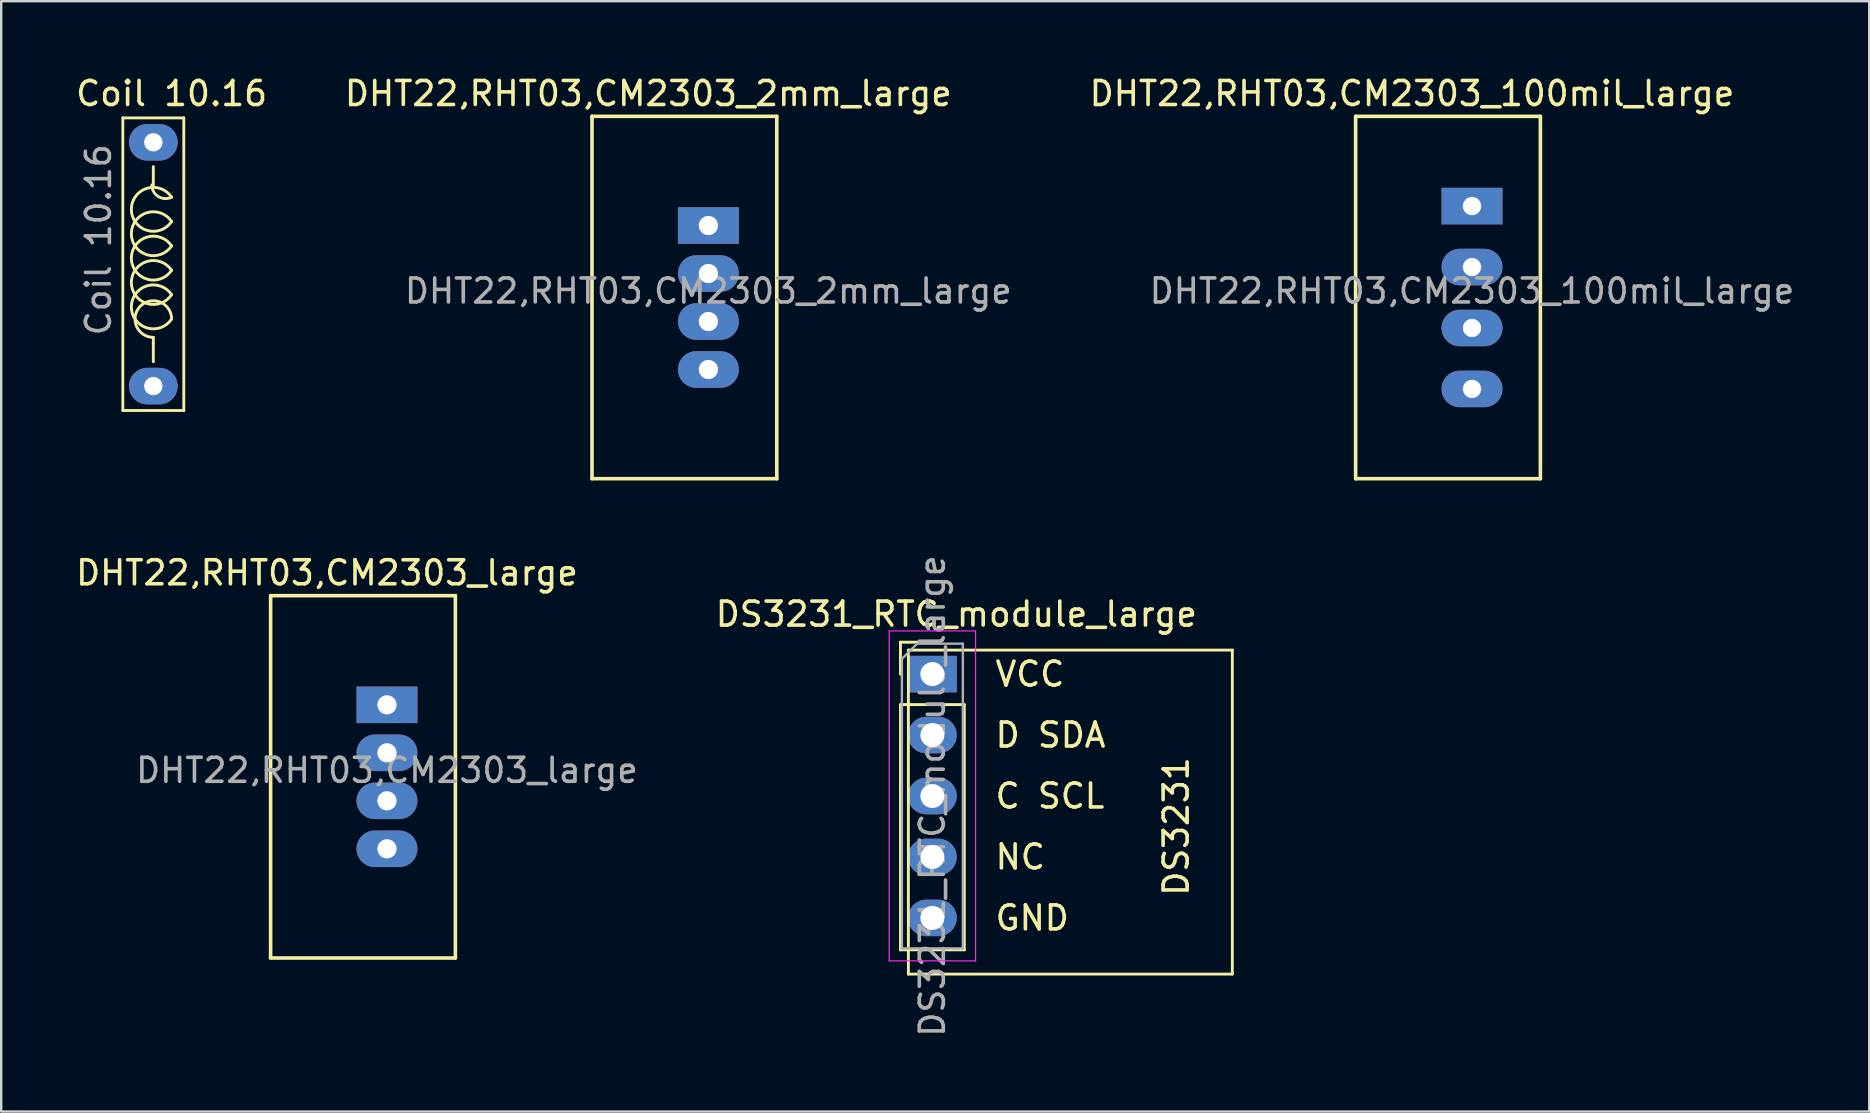
<source format=kicad_pcb>
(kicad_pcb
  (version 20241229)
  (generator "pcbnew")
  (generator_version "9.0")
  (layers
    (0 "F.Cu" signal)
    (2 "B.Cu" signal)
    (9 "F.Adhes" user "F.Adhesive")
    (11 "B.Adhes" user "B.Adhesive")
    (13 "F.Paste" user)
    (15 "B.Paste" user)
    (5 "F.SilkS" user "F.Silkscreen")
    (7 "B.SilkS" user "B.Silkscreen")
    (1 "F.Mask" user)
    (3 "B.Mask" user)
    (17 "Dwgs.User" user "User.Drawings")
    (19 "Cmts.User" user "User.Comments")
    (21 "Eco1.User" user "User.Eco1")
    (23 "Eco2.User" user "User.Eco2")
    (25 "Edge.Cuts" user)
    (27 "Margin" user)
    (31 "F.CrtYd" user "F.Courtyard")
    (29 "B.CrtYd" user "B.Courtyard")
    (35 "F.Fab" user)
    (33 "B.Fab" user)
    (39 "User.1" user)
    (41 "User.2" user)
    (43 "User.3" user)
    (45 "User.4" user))
  (footprint "DS3231_RTC_module_large"
    (layer "F.Cu")
    (at 35.804 25.042)
    (property "Reference" "DS3231_RTC_module_large" (at 1 -2.5 0) (layer "F.SilkS") (effects (font (size 1 1) (thickness 0.15))))
    (attr through_hole)
    (fp_line (start -1.33 -1.33) (end 0 -1.33) (stroke (width 0.12) (type solid)) (layer "F.SilkS"))
    (fp_line (start -1.33 0) (end -1.33 -1.33) (stroke (width 0.12) (type solid)) (layer "F.SilkS"))
    (fp_line (start -1.33 1.27) (end -1.33 11.49) (stroke (width 0.12) (type solid)) (layer "F.SilkS"))
    (fp_line (start -1.33 1.27) (end 1.33 1.27) (stroke (width 0.12) (type solid)) (layer "F.SilkS"))
    (fp_line (start -1.33 11.49) (end 1.33 11.49) (stroke (width 0.12) (type solid)) (layer "F.SilkS"))
    (fp_line (start -1 -1) (end -1 12.5) (stroke (width 0.12) (type solid)) (layer "F.SilkS"))
    (fp_line (start -1 12.5) (end 12.5 12.5) (stroke (width 0.12) (type solid)) (layer "F.SilkS"))
    (fp_line (start 1.33 1.27) (end 1.33 11.49) (stroke (width 0.12) (type solid)) (layer "F.SilkS"))
    (fp_line (start 12.5 -1) (end -1 -1) (stroke (width 0.12) (type solid)) (layer "F.SilkS"))
    (fp_line (start 12.5 12.5) (end 12.5 -1) (stroke (width 0.12) (type solid)) (layer "F.SilkS"))
    (fp_line (start -1.8 -1.8) (end -1.8 11.95) (stroke (width 0.05) (type solid)) (layer "F.CrtYd"))
    (fp_line (start -1.8 11.95) (end 1.8 11.95) (stroke (width 0.05) (type solid)) (layer "F.CrtYd"))
    (fp_line (start 1.8 -1.8) (end -1.8 -1.8) (stroke (width 0.05) (type solid)) (layer "F.CrtYd"))
    (fp_line (start 1.8 11.95) (end 1.8 -1.8) (stroke (width 0.05) (type solid)) (layer "F.CrtYd"))
    (fp_line (start -1.27 -0.635) (end -0.635 -1.27) (stroke (width 0.1) (type solid)) (layer "F.Fab"))
    (fp_line (start -1.27 11.43) (end -1.27 -0.635) (stroke (width 0.1) (type solid)) (layer "F.Fab"))
    (fp_line (start -0.635 -1.27) (end 1.27 -1.27) (stroke (width 0.1) (type solid)) (layer "F.Fab"))
    (fp_line (start 1.27 -1.27) (end 1.27 11.43) (stroke (width 0.1) (type solid)) (layer "F.Fab"))
    (fp_line (start 1.27 11.43) (end -1.27 11.43) (stroke (width 0.1) (type solid)) (layer "F.Fab"))
    (fp_text user "GND" (at 2.54 10.16 0) (unlocked yes) (layer "F.SilkS") (effects (font (size 1 1) (thickness 0.15)) (justify left)))
    (fp_text user "C SCL" (at 2.54 5.08 0) (unlocked yes) (layer "F.SilkS") (effects (font (size 1 1) (thickness 0.15)) (justify left)))
    (fp_text user "NC" (at 2.54 7.62 0) (unlocked yes) (layer "F.SilkS") (effects (font (size 1 1) (thickness 0.15)) (justify left)))
    (fp_text user "D SDA" (at 2.54 2.54 0) (unlocked yes) (layer "F.SilkS") (effects (font (size 1 1) (thickness 0.15)) (justify left)))
    (fp_text user "VCC" (at 2.54 0 0) (unlocked yes) (layer "F.SilkS") (effects (font (size 1 1) (thickness 0.15)) (justify left)))
    (fp_text user "DS3231" (at 10.16 6.35 90) (unlocked yes) (layer "F.SilkS") (effects (font (size 1 1) (thickness 0.15))))
    (fp_text user "${REFERENCE}" (at 0 5.08 90) (layer "F.Fab") (effects (font (size 1 1) (thickness 0.15))))
    (pad "1" thru_hole rect (at 0 0) (size 2.032 1.524) (drill 1) (layers "*.Cu" "*.Mask"))
    (pad "2" thru_hole oval (at 0 2.54) (size 2.032 1.524) (drill 1) (layers "*.Cu" "*.Mask"))
    (pad "3" thru_hole oval (at 0 5.08) (size 2.032 1.524) (drill 1) (layers "*.Cu" "*.Mask"))
    (pad "4" thru_hole oval (at 0 7.62) (size 2.032 1.524) (drill 1) (layers "*.Cu" "*.Mask"))
    (pad "5" thru_hole oval (at 0 10.16) (size 2.032 1.524) (drill 1) (layers "*.Cu" "*.Mask")))
  (footprint "Coil 10.16"
    (layer "F.Cu")
    (at 3.339 13.04)
    (property "Reference" "Coil 10.16" (at 0.762 -12.192 0) (unlocked yes) (layer "F.SilkS") (effects (font (size 1 1) (thickness 0.15))))
    (attr through_hole)
    (fp_line (start -1.27 -11.176) (end 1.27 -11.176) (stroke (width 0.12) (type solid)) (layer "F.SilkS"))
    (fp_line (start -1.27 1.016) (end -1.27 -11.176) (stroke (width 0.12) (type solid)) (layer "F.SilkS"))
    (fp_line (start 0 -9.144) (end 0 -8.382) (stroke (width 0.12) (type solid)) (layer "F.SilkS"))
    (fp_line (start 0 -2.032) (end 0 -1.778) (stroke (width 0.12) (type solid)) (layer "F.SilkS"))
    (fp_line (start 0 -1.016) (end 0 -1.778) (stroke (width 0.12) (type solid)) (layer "F.SilkS"))
    (fp_line (start 1.27 -11.176) (end 1.27 1.016) (stroke (width 0.12) (type solid)) (layer "F.SilkS"))
    (fp_line (start 1.27 1.016) (end -1.27 1.016) (stroke (width 0.12) (type solid)) (layer "F.SilkS"))
    (fp_arc (start 0 -2.032) (mid -0.538815 -3.332815) (end 0.762 -2.794) (stroke (width 0.12) (type solid)) (layer "F.SilkS"))
    (fp_arc (start 0.762 -7.874) (mid 0.209405 -7.898863) (end -0.059961 -8.382) (stroke (width 0.12) (type solid)) (layer "F.SilkS"))
    (fp_arc (start 0.762 -6.858) (mid -0.91581 -7.366) (end 0.762 -7.874) (stroke (width 0.12) (type solid)) (layer "F.SilkS"))
    (fp_arc (start 0.762 -5.842) (mid -0.91581 -6.35) (end 0.762 -6.858) (stroke (width 0.12) (type solid)) (layer "F.SilkS"))
    (fp_arc (start 0.762 -4.826) (mid -0.91581 -5.334) (end 0.762 -5.842) (stroke (width 0.12) (type solid)) (layer "F.SilkS"))
    (fp_arc (start 0.762 -3.81) (mid -0.91581 -4.318) (end 0.762 -4.826) (stroke (width 0.12) (type solid)) (layer "F.SilkS"))
    (fp_arc (start 0.762 -2.794) (mid -0.91581 -3.302) (end 0.762 -3.81) (stroke (width 0.12) (type solid)) (layer "F.SilkS"))
    (fp_text user "${REFERENCE}" (at -2.286 -6.096 90) (unlocked yes) (layer "F.Fab") (effects (font (size 1 1) (thickness 0.15))))
    (pad "1" thru_hole oval (at 0 0) (size 2.032 1.524) (drill 0.762) (layers "*.Cu" "*.Mask"))
    (pad "2" thru_hole oval (at 0 -10.16) (size 2.032 1.524) (drill 0.762) (layers "*.Cu" "*.Mask")))
  (footprint "DHT22,RHT03,CM2303_2mm_large"
    (layer "F.Cu")
    (at 26.47 6.348)
    (property "Reference" "DHT22,RHT03,CM2303_2mm_large" (at -2.5 -5.5 0) (layer "F.SilkS") (effects (font (size 1 1) (thickness 0.15))))
    (attr through_hole)
    (fp_line (start -4.85 -4.55) (end 2.85 -4.55) (stroke (width 0.15) (type solid)) (layer "F.SilkS"))
    (fp_line (start -4.85 10.55) (end -4.85 -4.55) (stroke (width 0.15) (type solid)) (layer "F.SilkS"))
    (fp_line (start 2.85 -4.55) (end 2.85 10.55) (stroke (width 0.15) (type solid)) (layer "F.SilkS"))
    (fp_line (start 2.85 10.55) (end -4.85 10.55) (stroke (width 0.15) (type solid)) (layer "F.SilkS"))
    (fp_text user "${REFERENCE}" (at 0 2.73 0) (layer "F.Fab") (effects (font (size 1 1) (thickness 0.15))))
    (pad "1" thru_hole rect (at 0 0) (size 2.54 1.524) (drill 0.8) (layers "*.Cu" "*.Mask"))
    (pad "2" thru_hole oval (at 0 2) (size 2.54 1.524) (drill 0.8) (layers "*.Cu" "*.Mask"))
    (pad "3" thru_hole oval (at 0 4) (size 2.54 1.524) (drill 0.8) (layers "*.Cu" "*.Mask"))
    (pad "4" thru_hole oval (at 0 6) (size 2.54 1.524) (drill 0.8) (layers "*.Cu" "*.Mask")))
  (footprint "DHT22,RHT03,CM2303_large"
    (layer "F.Cu")
    (at 12.077 29.322)
    (property "Reference" "DHT22,RHT03,CM2303_large" (at -1.5 -8.5 0) (layer "F.SilkS") (effects (font (size 1 1) (thickness 0.15))))
    (attr through_hole)
    (fp_line (start -3.85 -7.55) (end 3.85 -7.55) (stroke (width 0.15) (type solid)) (layer "F.SilkS"))
    (fp_line (start -3.85 7.55) (end -3.85 -7.55) (stroke (width 0.15) (type solid)) (layer "F.SilkS"))
    (fp_line (start 3.85 -7.55) (end 3.85 7.55) (stroke (width 0.15) (type solid)) (layer "F.SilkS"))
    (fp_line (start 3.85 7.55) (end -3.85 7.55) (stroke (width 0.15) (type solid)) (layer "F.SilkS"))
    (fp_text user "${REFERENCE}" (at 1 -0.27 0) (layer "F.Fab") (effects (font (size 1 1) (thickness 0.15))))
    (pad "1" thru_hole rect (at 1 -3) (size 2.54 1.524) (drill 0.8) (layers "*.Cu" "*.Mask"))
    (pad "2" thru_hole oval (at 1 -1) (size 2.54 1.524) (drill 0.8) (layers "*.Cu" "*.Mask"))
    (pad "3" thru_hole oval (at 1 1) (size 2.54 1.524) (drill 0.8) (layers "*.Cu" "*.Mask"))
    (pad "4" thru_hole oval (at 1 3) (size 2.54 1.524) (drill 0.8) (layers "*.Cu" "*.Mask")))
  (footprint "DHT22,RHT03,CM2303_100mil_large"
    (layer "F.Cu")
    (at 58.292 5.538)
    (property "Reference" "DHT22,RHT03,CM2303_100mil_large" (at -2.5 -4.69 0) (layer "F.SilkS") (effects (font (size 1 1) (thickness 0.15))))
    (attr through_hole)
    (fp_line (start -4.85 -3.74) (end 2.85 -3.74) (stroke (width 0.15) (type solid)) (layer "F.SilkS"))
    (fp_line (start -4.85 11.36) (end -4.85 -3.74) (stroke (width 0.15) (type solid)) (layer "F.SilkS"))
    (fp_line (start 2.85 -3.74) (end 2.85 11.36) (stroke (width 0.15) (type solid)) (layer "F.SilkS"))
    (fp_line (start 2.85 11.36) (end -4.85 11.36) (stroke (width 0.15) (type solid)) (layer "F.SilkS"))
    (fp_text user "${REFERENCE}" (at 0 3.54 0) (layer "F.Fab") (effects (font (size 1 1) (thickness 0.15))))
    (pad "1" thru_hole rect (at 0 0) (size 2.54 1.524) (drill 0.762) (layers "*.Cu" "*.Mask"))
    (pad "2" thru_hole oval (at 0 2.54) (size 2.54 1.524) (drill 0.762) (layers "*.Cu" "*.Mask"))
    (pad "3" thru_hole oval (at 0 5.08) (size 2.54 1.524) (drill 0.762) (layers "*.Cu" "*.Mask"))
    (pad "4" thru_hole oval (at 0 7.62) (size 2.54 1.524) (drill 0.762) (layers "*.Cu" "*.Mask")))
  (gr_rect
    (start -3 -3)
    (end 74.845 43.271)
    (stroke (width 0.1) (type default))
    (fill no)
    (layer "Edge.Cuts")))
</source>
